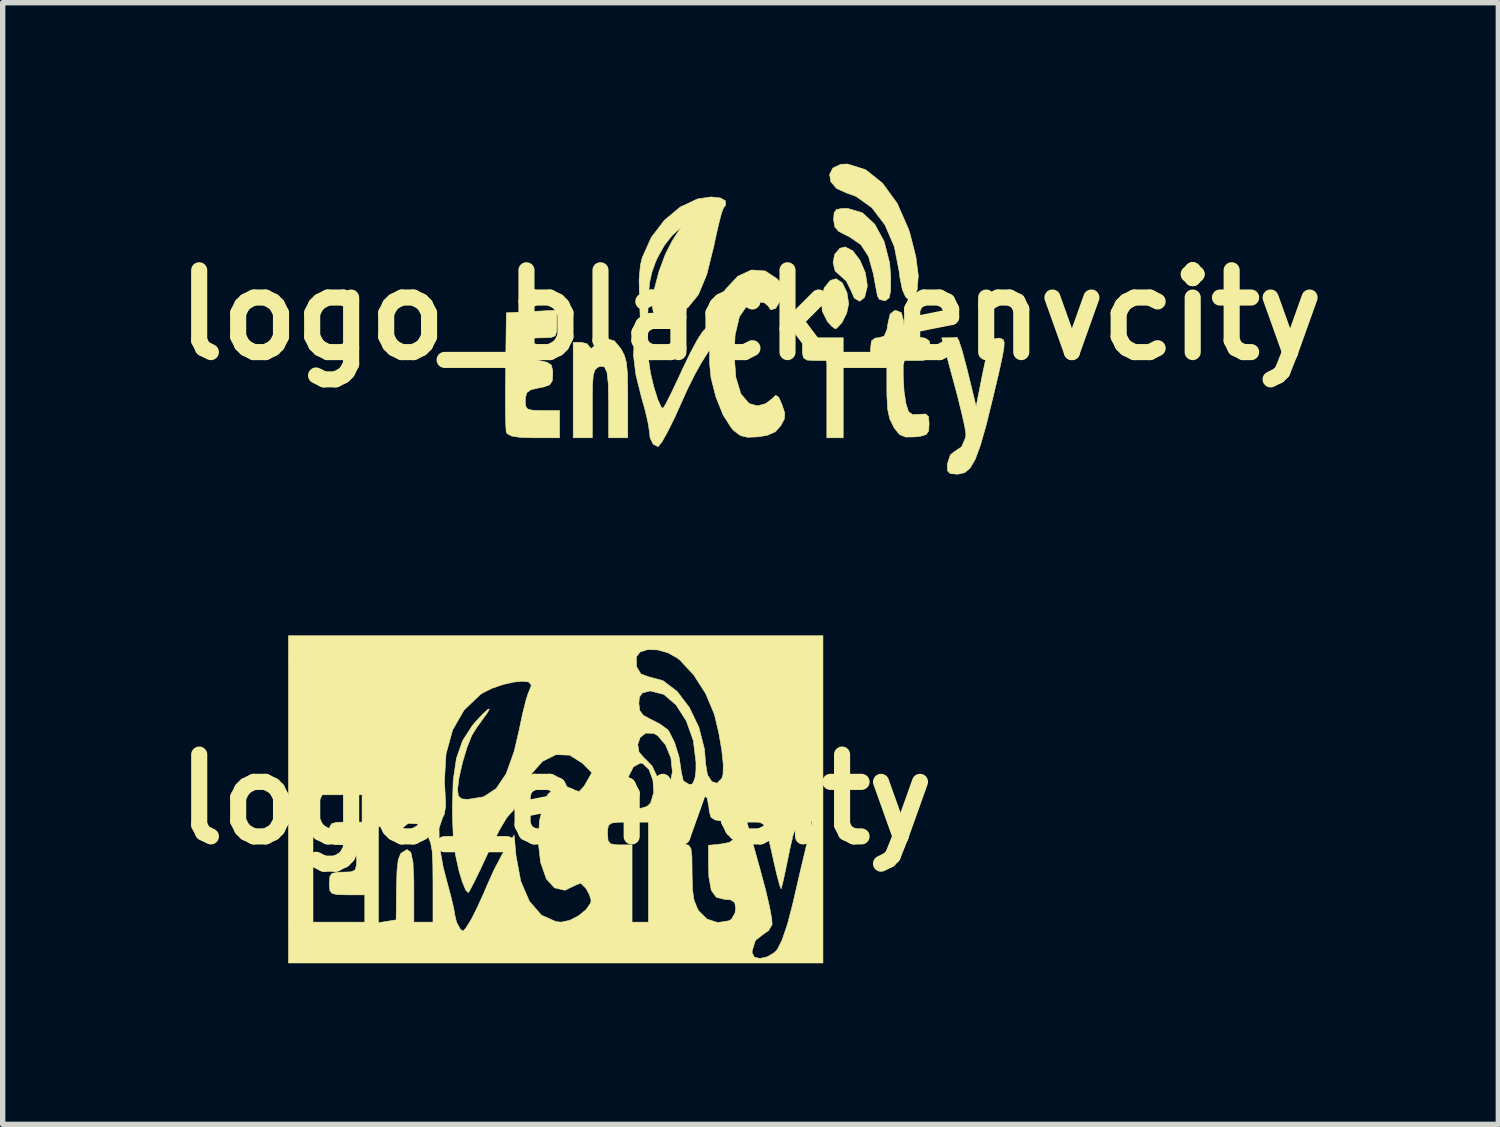
<source format=kicad_pcb>
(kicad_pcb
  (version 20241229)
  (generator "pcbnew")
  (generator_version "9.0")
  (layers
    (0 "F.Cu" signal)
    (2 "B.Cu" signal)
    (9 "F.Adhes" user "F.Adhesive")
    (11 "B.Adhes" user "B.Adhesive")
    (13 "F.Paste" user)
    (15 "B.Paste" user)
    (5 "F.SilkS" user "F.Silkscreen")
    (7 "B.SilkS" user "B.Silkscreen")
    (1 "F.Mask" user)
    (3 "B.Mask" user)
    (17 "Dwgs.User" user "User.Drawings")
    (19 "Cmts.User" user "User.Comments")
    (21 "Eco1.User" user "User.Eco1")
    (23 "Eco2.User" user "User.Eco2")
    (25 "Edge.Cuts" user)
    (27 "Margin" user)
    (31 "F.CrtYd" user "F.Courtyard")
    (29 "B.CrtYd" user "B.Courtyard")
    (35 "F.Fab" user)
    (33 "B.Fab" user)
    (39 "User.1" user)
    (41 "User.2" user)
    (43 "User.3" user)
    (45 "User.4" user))
  (footprint "logo_black_envcity"
    (layer "F.Cu")
    (at 10.929 2.819)
    (property "Reference" "logo_black_envcity" (at 0 0 0) (layer "F.SilkS") (effects (font (size 1.524 1.524) (thickness 0.3))))
    (attr through_hole)
    (fp_poly (pts (xy 1.708 -0.603) (xy 1.797 -0.421) (xy 1.829 -0.21) (xy 1.792 -0.035) (xy 1.705 0.139) (xy 1.605 0.245) (xy 1.575 0.254) (xy 1.517 0.211) (xy 1.434 0.122) (xy 1.337 -0.073) (xy 1.32 -0.298) (xy 1.373 -0.506) (xy 1.487 -0.646) (xy 1.593 -0.677) (xy 1.708 -0.603)) (stroke (width 0.01) (type solid)) (fill yes) (layer "F.SilkS"))
    (fp_poly (pts (xy 1.727 2.286) (xy 1.422 2.286) (xy 1.422 0.847) (xy 1.194 0.847) (xy 1.053 0.838) (xy 0.986 0.795) (xy 0.966 0.692) (xy 0.965 0.635) (xy 0.97 0.527) (xy 0.998 0.464) (xy 1.072 0.434) (xy 1.212 0.424) (xy 1.346 0.423) (xy 1.727 0.423) (xy 1.727 2.286)) (stroke (width 0.01) (type solid)) (fill yes) (layer "F.SilkS"))
    (fp_poly (pts (xy 1.904 -1.199) (xy 2.039 -1.021) (xy 2.14 -0.788) (xy 2.176 -0.552) (xy 2.175 -0.53) (xy 2.126 -0.332) (xy 2.035 -0.257) (xy 1.935 -0.315) (xy 1.874 -0.453) (xy 1.787 -0.632) (xy 1.693 -0.716) (xy 1.577 -0.822) (xy 1.538 -0.978) (xy 1.57 -1.135) (xy 1.667 -1.245) (xy 1.763 -1.27) (xy 1.904 -1.199)) (stroke (width 0.01) (type solid)) (fill yes) (layer "F.SilkS"))
    (fp_poly (pts (xy 2.082 -1.907) (xy 2.314 -1.694) (xy 2.489 -1.372) (xy 2.593 -0.969) (xy 2.613 -0.688) (xy 2.609 -0.445) (xy 2.583 -0.323) (xy 2.522 -0.275) (xy 2.502 -0.269) (xy 2.404 -0.29) (xy 2.366 -0.354) (xy 2.337 -0.505) (xy 2.295 -0.733) (xy 2.288 -0.773) (xy 2.198 -1.093) (xy 2.055 -1.313) (xy 1.837 -1.462) (xy 1.791 -1.483) (xy 1.643 -1.559) (xy 1.571 -1.642) (xy 1.55 -1.765) (xy 1.549 -1.787) (xy 1.558 -1.906) (xy 1.601 -1.966) (xy 1.704 -1.986) (xy 1.81 -1.987) (xy 2.082 -1.907)) (stroke (width 0.01) (type solid)) (fill yes) (layer "F.SilkS"))
    (fp_poly (pts (xy 2.145 -2.708) (xy 2.46 -2.456) (xy 2.734 -2.079) (xy 2.945 -1.599) (xy 2.969 -1.524) (xy 3.08 -1.089) (xy 3.126 -0.733) (xy 3.105 -0.474) (xy 3.071 -0.389) (xy 3.004 -0.284) (xy 2.981 -0.257) (xy 2.936 -0.295) (xy 2.889 -0.34) (xy 2.83 -0.471) (xy 2.782 -0.706) (xy 2.771 -0.803) (xy 2.68 -1.273) (xy 2.505 -1.679) (xy 2.262 -2) (xy 1.965 -2.212) (xy 1.798 -2.271) (xy 1.604 -2.358) (xy 1.496 -2.485) (xy 1.474 -2.622) (xy 1.536 -2.74) (xy 1.683 -2.809) (xy 1.807 -2.814) (xy 2.145 -2.708)) (stroke (width 0.01) (type solid)) (fill yes) (layer "F.SilkS"))
    (fp_poly (pts (xy -2.535 0.481) (xy -2.411 0.631) (xy -2.349 0.749) (xy -2.312 0.882) (xy -2.293 1.074) (xy -2.287 1.369) (xy -2.286 1.562) (xy -2.286 2.286) (xy -2.642 2.286) (xy -2.642 1.656) (xy -2.648 1.288) (xy -2.673 1.064) (xy -2.722 0.961) (xy -2.803 0.955) (xy -2.845 0.974) (xy -2.898 1.021) (xy -2.928 1.119) (xy -2.943 1.306) (xy -2.946 1.62) (xy -2.946 1.657) (xy -2.946 2.286) (xy -3.302 2.286) (xy -3.302 0.508) (xy -3.15 0.508) (xy -3.043 0.534) (xy -2.997 0.596) (xy -2.997 0.597) (xy -2.963 0.622) (xy -2.884 0.555) (xy -2.708 0.434) (xy -2.535 0.481)) (stroke (width 0.01) (type solid)) (fill yes) (layer "F.SilkS"))
    (fp_poly (pts (xy 3.883 0.481) (xy 3.944 0.67) (xy 4.018 0.946) (xy 4.045 1.052) (xy 4.203 1.702) (xy 4.323 1.095) (xy 4.396 0.752) (xy 4.46 0.545) (xy 4.529 0.446) (xy 4.619 0.428) (xy 4.668 0.438) (xy 4.708 0.458) (xy 4.726 0.509) (xy 4.72 0.616) (xy 4.685 0.804) (xy 4.62 1.1) (xy 4.522 1.513) (xy 4.393 2.038) (xy 4.284 2.422) (xy 4.187 2.686) (xy 4.091 2.85) (xy 3.988 2.936) (xy 3.867 2.963) (xy 3.848 2.963) (xy 3.721 2.952) (xy 3.669 2.9) (xy 3.666 2.78) (xy 3.667 2.774) (xy 3.722 2.605) (xy 3.785 2.553) (xy 3.933 2.453) (xy 4.007 2.28) (xy 4.012 2.212) (xy 3.992 2.081) (xy 3.937 1.836) (xy 3.858 1.514) (xy 3.787 1.249) (xy 3.563 0.423) (xy 3.687 0.423) (xy 3.797 0.419) (xy 3.848 0.413) (xy 3.883 0.481)) (stroke (width 0.01) (type solid)) (fill yes) (layer "F.SilkS"))
    (fp_poly (pts (xy -3.607 0.166) (xy -3.611 0.31) (xy -3.639 0.387) (xy -3.716 0.418) (xy -3.866 0.423) (xy -3.903 0.423) (xy -4.069 0.429) (xy -4.157 0.454) (xy -4.189 0.516) (xy -4.191 0.614) (xy -4.172 0.732) (xy -4.11 0.799) (xy -3.978 0.838) (xy -3.933 0.847) (xy -3.783 0.881) (xy -3.709 0.934) (xy -3.685 1.033) (xy -3.683 1.101) (xy -3.693 1.228) (xy -3.741 1.299) (xy -3.851 1.339) (xy -3.937 1.355) (xy -4.09 1.39) (xy -4.167 1.445) (xy -4.193 1.544) (xy -4.195 1.587) (xy -4.19 1.691) (xy -4.153 1.748) (xy -4.061 1.773) (xy -3.893 1.778) (xy -3.878 1.778) (xy -3.556 1.778) (xy -3.556 2.286) (xy -4.04 2.286) (xy -4.289 2.278) (xy -4.449 2.253) (xy -4.532 2.209) (xy -4.55 2.175) (xy -4.558 2.052) (xy -4.564 1.796) (xy -4.565 1.444) (xy -4.561 1.034) (xy -4.561 1.011) (xy -4.547 -0.042) (xy -3.607 -0.091) (xy -3.607 0.166)) (stroke (width 0.01) (type solid)) (fill yes) (layer "F.SilkS"))
    (fp_poly (pts (xy 2.81 -0.046) (xy 2.85 0.1) (xy 2.854 0.148) (xy 2.874 0.291) (xy 2.925 0.364) (xy 3.037 0.398) (xy 3.111 0.407) (xy 3.258 0.431) (xy 3.329 0.481) (xy 3.352 0.582) (xy 3.353 0.64) (xy 3.344 0.763) (xy 3.301 0.824) (xy 3.197 0.845) (xy 3.099 0.847) (xy 2.845 0.847) (xy 2.845 1.137) (xy 2.86 1.414) (xy 2.896 1.652) (xy 2.944 1.799) (xy 3.02 1.853) (xy 3.137 1.848) (xy 3.262 1.842) (xy 3.316 1.89) (xy 3.327 2.021) (xy 3.327 2.032) (xy 3.319 2.157) (xy 3.275 2.224) (xy 3.172 2.256) (xy 3.061 2.269) (xy 2.891 2.272) (xy 2.78 2.227) (xy 2.687 2.115) (xy 2.667 2.083) (xy 2.593 1.931) (xy 2.555 1.756) (xy 2.541 1.496) (xy 2.54 1.359) (xy 2.54 0.847) (xy 2.388 0.847) (xy 2.279 0.824) (xy 2.239 0.727) (xy 2.235 0.635) (xy 2.253 0.481) (xy 2.325 0.427) (xy 2.381 0.423) (xy 2.49 0.393) (xy 2.543 0.269) (xy 2.558 0.169) (xy 2.6 -0.017) (xy 2.68 -0.082) (xy 2.713 -0.085) (xy 2.81 -0.046)) (stroke (width 0.01) (type solid)) (fill yes) (layer "F.SilkS"))
    (fp_poly (pts (xy -0.56 -2.182) (xy -0.467 -2.129) (xy -0.464 -2.048) (xy -0.504 -1.994) (xy -0.541 -1.896) (xy -0.597 -1.678) (xy -0.663 -1.381) (xy -0.683 -1.283) (xy -0.814 -0.756) (xy -0.97 -0.381) (xy -1.164 -0.142) (xy -1.406 -0.022) (xy -1.604 0) (xy -1.744 -0.01) (xy -1.81 -0.055) (xy -1.827 -0.158) (xy -1.828 -0.191) (xy -1.793 -0.474) (xy -1.705 -0.812) (xy -1.582 -1.142) (xy -1.461 -1.377) (xy -1.295 -1.638) (xy -1.467 -1.475) (xy -1.605 -1.298) (xy -1.739 -1.056) (xy -1.772 -0.98) (xy -1.837 -0.796) (xy -1.878 -0.612) (xy -1.901 -0.378) (xy -1.911 -0.043) (xy -1.914 0.121) (xy -1.914 0.528) (xy -1.899 0.825) (xy -1.864 1.072) (xy -1.804 1.328) (xy -1.8 1.34) (xy -1.727 1.574) (xy -1.662 1.715) (xy -1.627 1.737) (xy -1.576 1.65) (xy -1.479 1.459) (xy -1.353 1.196) (xy -1.263 1) (xy -1.122 0.707) (xy -0.994 0.468) (xy -0.896 0.315) (xy -0.858 0.276) (xy -0.78 0.183) (xy -0.684 -0.009) (xy -0.634 -0.136) (xy -0.46 -0.486) (xy -0.235 -0.724) (xy 0.018 -0.84) (xy 0.275 -0.822) (xy 0.497 -0.676) (xy 0.603 -0.56) (xy 0.634 -0.474) (xy 0.6 -0.36) (xy 0.574 -0.298) (xy 0.469 -0.125) (xy 0.378 -0.098) (xy 0.33 -0.169) (xy 0.262 -0.228) (xy 0.141 -0.251) (xy 0.137 -0.251) (xy -0.064 -0.179) (xy -0.206 0.029) (xy -0.286 0.369) (xy -0.305 0.72) (xy -0.273 1.157) (xy -0.179 1.468) (xy -0.026 1.647) (xy 0.128 1.691) (xy 0.279 1.651) (xy 0.39 1.568) (xy 0.47 1.494) (xy 0.527 1.533) (xy 0.584 1.663) (xy 0.639 1.825) (xy 0.631 1.935) (xy 0.565 2.059) (xy 0.463 2.173) (xy 0.311 2.24) (xy 0.141 2.268) (xy -0.054 2.276) (xy -0.189 2.244) (xy -0.305 2.156) (xy -0.356 2.102) (xy -0.511 1.858) (xy -0.645 1.523) (xy -0.736 1.164) (xy -0.762 0.898) (xy -0.762 0.646) (xy -0.919 0.894) (xy -1.038 1.107) (xy -1.176 1.385) (xy -1.258 1.566) (xy -1.403 1.89) (xy -1.538 2.163) (xy -1.646 2.357) (xy -1.715 2.446) (xy -1.724 2.449) (xy -1.792 2.415) (xy -1.816 2.399) (xy -1.869 2.289) (xy -1.88 2.192) (xy -1.902 2.034) (xy -1.959 1.784) (xy -2.032 1.524) (xy -2.135 1.109) (xy -2.179 0.751) (xy -2.164 0.477) (xy -2.111 0.342) (xy -2.069 0.236) (xy -2.055 0.045) (xy -2.065 -0.269) (xy -2.066 -0.287) (xy -2.075 -0.659) (xy -2.051 -0.927) (xy -2.016 -1.072) (xy -1.848 -1.446) (xy -1.604 -1.766) (xy -1.309 -2.013) (xy -0.986 -2.164) (xy -0.735 -2.201) (xy -0.56 -2.182)) (stroke (width 0.01) (type solid)) (fill yes) (layer "F.SilkS")))
  (footprint "logo_envcity"
    (layer "F.Cu")
    (at 7.301 11.84)
    (property "Reference" "logo_envcity" (at 0 0 0) (layer "F.SilkS") (effects (font (size 1.524 1.524) (thickness 0.3))))
    (attr through_hole)
    (fp_poly (pts (xy 4.978 3.048) (xy -4.978 3.048) (xy -4.978 -0.085) (xy -4.521 -0.085) (xy -4.521 2.286) (xy -3.556 2.286) (xy -3.556 1.778) (xy -3.886 1.778) (xy -4.064 1.774) (xy -4.163 1.753) (xy -4.206 1.7) (xy -4.216 1.601) (xy -4.216 1.566) (xy -4.208 1.441) (xy -4.166 1.378) (xy -4.064 1.357) (xy -3.962 1.355) (xy -3.812 1.349) (xy -3.737 1.315) (xy -3.711 1.226) (xy -3.708 1.101) (xy -3.714 0.95) (xy -3.748 0.875) (xy -3.837 0.85) (xy -3.962 0.847) (xy -4.113 0.84) (xy -4.188 0.805) (xy -4.214 0.72) (xy -4.216 0.635) (xy -4.21 0.518) (xy -4.205 0.508) (xy -3.302 0.508) (xy -3.302 2.297) (xy -2.972 2.244) (xy -2.966 1.661) (xy -2.956 1.326) (xy -2.933 1.123) (xy -2.89 1.016) (xy -2.874 0.997) (xy -2.769 0.934) (xy -2.699 0.986) (xy -2.659 1.17) (xy -2.643 1.499) (xy -2.642 1.648) (xy -2.642 2.286) (xy -2.286 2.286) (xy -2.286 1.562) (xy -2.289 1.201) (xy -2.301 0.965) (xy -2.329 0.809) (xy -2.377 0.69) (xy -2.411 0.631) (xy -2.499 0.536) (xy -2.173 0.536) (xy -2.17 0.847) (xy -2.097 1.259) (xy -2.032 1.51) (xy -1.956 1.793) (xy -1.901 2.022) (xy -1.88 2.148) (xy -1.88 2.15) (xy -1.847 2.289) (xy -1.777 2.417) (xy -1.727 2.455) (xy -1.675 2.399) (xy -1.588 2.26) (xy -1.566 2.223) (xy -1.46 2.011) (xy -1.337 1.74) (xy -1.282 1.609) (xy -1.153 1.322) (xy -1.007 1.042) (xy -0.951 0.946) (xy -0.775 0.665) (xy -0.74 1.046) (xy -0.652 1.522) (xy -0.49 1.898) (xy -0.266 2.156) (xy 0.008 2.278) (xy 0.101 2.286) (xy 0.261 2.253) (xy 0.426 2.168) (xy 0.565 2.054) (xy 0.649 1.933) (xy 0.66 1.877) (xy 0.626 1.771) (xy 0.563 1.657) (xy 0.466 1.56) (xy 0.367 1.598) (xy 0.363 1.602) (xy 0.169 1.693) (xy -0.024 1.647) (xy -0.174 1.481) (xy -0.282 1.172) (xy -0.325 0.792) (xy -0.316 0.635) (xy 0.965 0.635) (xy 0.975 0.766) (xy 1.021 0.827) (xy 1.132 0.846) (xy 1.194 0.847) (xy 1.422 0.847) (xy 1.422 2.286) (xy 1.727 2.286) (xy 1.727 0.528) (xy 2.241 0.528) (xy 2.244 0.614) (xy 2.293 0.772) (xy 2.4 0.831) (xy 2.478 0.856) (xy 2.52 0.92) (xy 2.537 1.065) (xy 2.54 1.333) (xy 2.54 1.364) (xy 2.547 1.674) (xy 2.576 1.875) (xy 2.637 2.029) (xy 2.665 2.078) (xy 2.817 2.229) (xy 3.017 2.294) (xy 3.221 2.262) (xy 3.272 2.235) (xy 3.34 2.117) (xy 3.353 2.023) (xy 3.333 1.917) (xy 3.258 1.871) (xy 3.151 1.863) (xy 2.993 1.825) (xy 2.898 1.694) (xy 2.853 1.445) (xy 2.845 1.196) (xy 2.845 0.856) (xy 3.086 0.83) (xy 3.236 0.802) (xy 3.312 0.745) (xy 3.342 0.635) (xy 3.343 0.619) (xy 3.342 0.506) (xy 3.296 0.445) (xy 3.214 0.423) (xy 3.561 0.423) (xy 3.81 1.314) (xy 3.907 1.677) (xy 3.981 1.992) (xy 4.024 2.223) (xy 4.031 2.331) (xy 3.964 2.444) (xy 3.868 2.511) (xy 3.72 2.626) (xy 3.66 2.816) (xy 3.658 2.857) (xy 3.7 2.939) (xy 3.803 2.963) (xy 3.937 2.934) (xy 4.068 2.857) (xy 4.129 2.794) (xy 4.218 2.616) (xy 4.319 2.317) (xy 4.41 1.968) (xy 4.498 1.587) (xy 4.589 1.198) (xy 4.664 0.882) (xy 4.669 0.862) (xy 4.776 0.412) (xy 4.615 0.439) (xy 4.529 0.465) (xy 4.469 0.532) (xy 4.418 0.677) (xy 4.359 0.937) (xy 4.336 1.05) (xy 4.276 1.339) (xy 4.228 1.558) (xy 4.2 1.663) (xy 4.199 1.666) (xy 4.174 1.608) (xy 4.125 1.425) (xy 4.061 1.153) (xy 4.041 1.06) (xy 3.969 0.744) (xy 3.916 0.555) (xy 3.865 0.46) (xy 3.799 0.427) (xy 3.731 0.423) (xy 3.561 0.423) (xy 3.214 0.423) (xy 3.183 0.415) (xy 3.115 0.407) (xy 2.966 0.382) (xy 2.891 0.331) (xy 2.861 0.224) (xy 2.854 0.148) (xy 2.821 -0.028) (xy 2.738 -0.084) (xy 2.718 -0.085) (xy 2.624 -0.041) (xy 2.573 0.12) (xy 2.565 0.169) (xy 2.524 0.352) (xy 2.443 0.418) (xy 2.38 0.423) (xy 2.274 0.443) (xy 2.241 0.528) (xy 1.727 0.528) (xy 1.727 0.423) (xy 1.346 0.423) (xy 1.152 0.426) (xy 1.039 0.442) (xy 0.984 0.483) (xy 0.967 0.561) (xy 0.965 0.635) (xy -0.316 0.635) (xy -0.303 0.399) (xy -0.216 0.05) (xy -0.149 -0.09) (xy -0.011 -0.217) (xy 0.167 -0.251) (xy 0.338 -0.185) (xy 0.352 -0.173) (xy 0.437 -0.146) (xy 0.493 -0.206) (xy 1.321 -0.206) (xy 1.353 0.008) (xy 1.382 0.068) (xy 1.477 0.146) (xy 1.575 0.169) (xy 1.699 0.132) (xy 1.768 0.068) (xy 1.826 -0.131) (xy 1.811 -0.358) (xy 1.738 -0.556) (xy 1.621 -0.669) (xy 1.575 -0.677) (xy 1.447 -0.606) (xy 1.357 -0.43) (xy 1.321 -0.206) (xy 0.493 -0.206) (xy 0.528 -0.245) (xy 0.558 -0.295) (xy 0.673 -0.498) (xy 0.501 -0.672) (xy 0.261 -0.824) (xy 0.004 -0.833) (xy -0.246 -0.709) (xy -0.463 -0.464) (xy -0.609 -0.154) (xy -0.704 0.069) (xy -0.807 0.226) (xy -0.839 0.254) (xy -0.919 0.352) (xy -1.039 0.553) (xy -1.179 0.824) (xy -1.265 1.006) (xy -1.401 1.298) (xy -1.518 1.538) (xy -1.6 1.695) (xy -1.627 1.737) (xy -1.673 1.696) (xy -1.741 1.533) (xy -1.799 1.34) (xy -1.869 1.024) (xy -1.909 0.69) (xy -1.924 0.268) (xy -1.925 0.187) (xy -1.91 -0.348) (xy -1.85 -0.762) (xy -1.735 -1.091) (xy -1.555 -1.372) (xy -1.502 -1.435) (xy -1.359 -1.59) (xy -1.267 -1.674) (xy -1.236 -1.682) (xy -1.275 -1.61) (xy -1.352 -1.505) (xy -1.47 -1.341) (xy -1.56 -1.196) (xy -1.565 -1.187) (xy -1.651 -0.972) (xy -1.736 -0.688) (xy -1.801 -0.405) (xy -1.828 -0.192) (xy -1.828 -0.191) (xy -1.814 -0.064) (xy -1.752 -0.01) (xy -1.638 0) (xy -1.343 -0.048) (xy -1.109 -0.201) (xy -0.923 -0.478) (xy -0.774 -0.893) (xy -0.743 -1.025) (xy 1.528 -1.025) (xy 1.552 -0.881) (xy 1.657 -0.761) (xy 1.669 -0.753) (xy 1.796 -0.621) (xy 1.873 -0.456) (xy 1.956 -0.294) (xy 2.056 -0.263) (xy 2.141 -0.357) (xy 2.174 -0.513) (xy 2.146 -0.772) (xy 2.046 -1.016) (xy 1.898 -1.189) (xy 1.826 -1.229) (xy 1.677 -1.235) (xy 1.574 -1.155) (xy 1.528 -1.025) (xy -0.743 -1.025) (xy -0.683 -1.283) (xy -0.617 -1.595) (xy -0.569 -1.787) (xy 1.549 -1.787) (xy 1.565 -1.656) (xy 1.629 -1.568) (xy 1.766 -1.493) (xy 1.788 -1.484) (xy 1.948 -1.4) (xy 2.075 -1.306) (xy 2.109 -1.269) (xy 2.213 -1.062) (xy 2.298 -0.79) (xy 2.336 -0.539) (xy 2.337 -0.519) (xy 2.377 -0.344) (xy 2.488 -0.278) (xy 2.54 -0.283) (xy 2.59 -0.35) (xy 2.612 -0.537) (xy 2.613 -0.693) (xy 2.563 -1.097) (xy 2.432 -1.463) (xy 2.242 -1.76) (xy 2.013 -1.956) (xy 1.767 -2.019) (xy 1.736 -2.016) (xy 1.611 -1.981) (xy 1.558 -1.902) (xy 1.549 -1.787) (xy -0.569 -1.787) (xy -0.556 -1.841) (xy -0.512 -1.979) (xy -0.504 -1.994) (xy -0.458 -2.113) (xy -0.457 -2.133) (xy -0.502 -2.186) (xy -0.622 -2.201) (xy -0.791 -2.184) (xy -0.987 -2.138) (xy -1.184 -2.07) (xy -1.359 -1.983) (xy -1.409 -1.949) (xy -1.709 -1.661) (xy -1.921 -1.291) (xy -2.043 -0.847) (xy -2.073 -0.337) (xy -2.061 -0.139) (xy -2.049 0.127) (xy -2.078 0.285) (xy -2.106 0.336) (xy -2.173 0.536) (xy -2.499 0.536) (xy -2.574 0.456) (xy -2.748 0.447) (xy -2.884 0.555) (xy -2.966 0.623) (xy -2.997 0.597) (xy -3.041 0.535) (xy -3.148 0.508) (xy -3.15 0.508) (xy -3.302 0.508) (xy -4.205 0.508) (xy -4.175 0.454) (xy -4.087 0.428) (xy -3.922 0.423) (xy -3.912 0.423) (xy -3.607 0.423) (xy -3.607 -0.085) (xy -4.521 -0.085) (xy -4.978 -0.085) (xy -4.978 -2.656) (xy 1.503 -2.656) (xy 1.505 -2.472) (xy 1.587 -2.337) (xy 1.721 -2.286) (xy 1.998 -2.212) (xy 2.261 -2.012) (xy 2.489 -1.713) (xy 2.666 -1.345) (xy 2.771 -0.935) (xy 2.793 -0.66) (xy 2.827 -0.456) (xy 2.909 -0.33) (xy 3.007 -0.301) (xy 3.092 -0.388) (xy 3.116 -0.462) (xy 3.122 -0.641) (xy 3.093 -0.919) (xy 3.038 -1.238) (xy 2.965 -1.545) (xy 2.948 -1.603) (xy 2.792 -1.973) (xy 2.569 -2.321) (xy 2.312 -2.596) (xy 2.264 -2.634) (xy 2.087 -2.732) (xy 1.894 -2.785) (xy 1.713 -2.79) (xy 1.574 -2.747) (xy 1.503 -2.656) (xy 1.503 -2.656) (xy -4.978 -2.656) (xy -4.978 -3.048) (xy 4.978 -3.048) (xy 4.978 3.048)) (stroke (width 0.01) (type solid)) (fill yes) (layer "F.SilkS")))
  (gr_rect
    (start -3 -3)
    (end 24.859 17.893)
    (stroke (width 0.1) (type default))
    (fill no)
    (layer "Edge.Cuts")))
</source>
